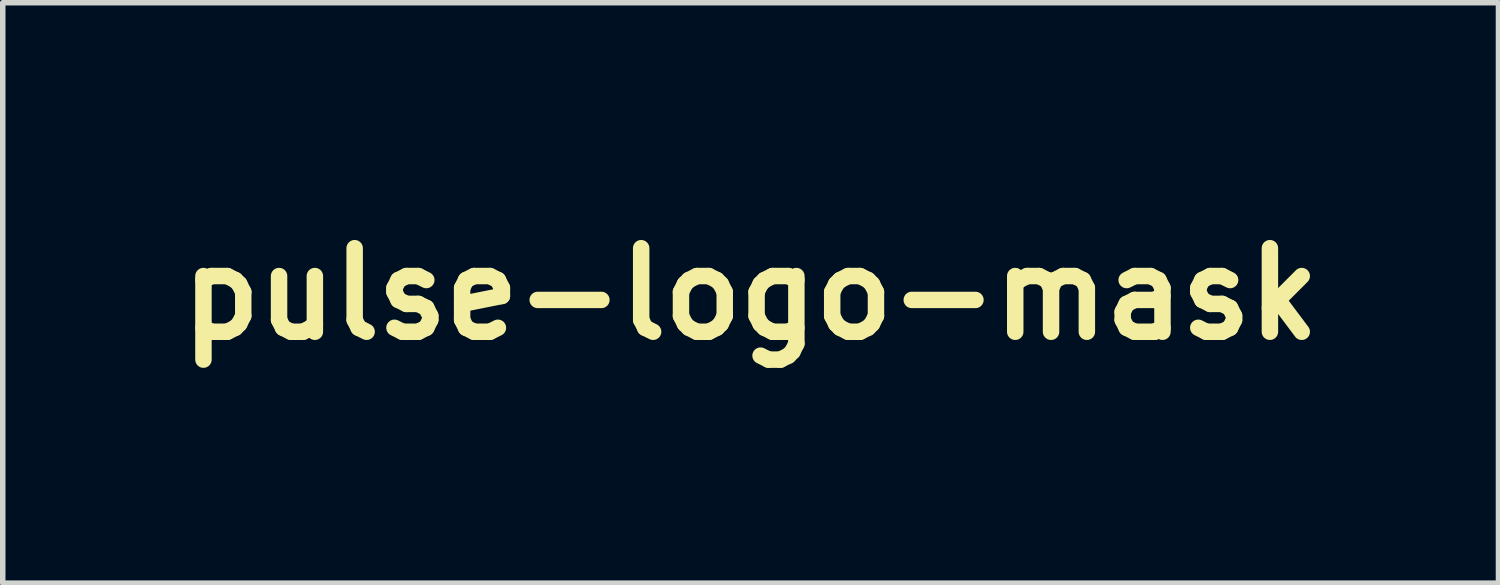
<source format=kicad_pcb>
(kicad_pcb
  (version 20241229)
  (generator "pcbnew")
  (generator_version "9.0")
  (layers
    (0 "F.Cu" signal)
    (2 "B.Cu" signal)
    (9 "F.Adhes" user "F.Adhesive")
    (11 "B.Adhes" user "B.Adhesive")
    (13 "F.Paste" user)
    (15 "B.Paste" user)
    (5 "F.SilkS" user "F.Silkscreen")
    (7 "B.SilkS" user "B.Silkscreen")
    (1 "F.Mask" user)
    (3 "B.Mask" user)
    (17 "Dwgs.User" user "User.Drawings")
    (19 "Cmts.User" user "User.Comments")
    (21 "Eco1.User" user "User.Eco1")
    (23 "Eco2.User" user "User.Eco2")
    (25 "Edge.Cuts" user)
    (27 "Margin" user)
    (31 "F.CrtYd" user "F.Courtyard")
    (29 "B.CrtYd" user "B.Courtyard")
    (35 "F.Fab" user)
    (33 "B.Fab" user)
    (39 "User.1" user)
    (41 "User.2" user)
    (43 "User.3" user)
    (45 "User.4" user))
  (footprint "pulse-logo-mask"
    (layer "F.Cu")
    (at 10.639 2.311)
    (property "Reference" "pulse-logo-mask" (at 0 0 0) (layer "F.SilkS") (effects (font (size 1.524 1.524) (thickness 0.3))))
    (attr through_hole)
    (fp_poly (pts (xy 5.026 -0.034) (xy 5.012 0.068) (xy 0 0.091) (xy 0 -0.136) (xy 5.041 -0.136) (xy 5.026 -0.034)) (stroke (width 0.01) (type solid)) (fill yes) (layer "F.Mask"))
    (fp_poly (pts (xy 0.33 -1.755) (xy 0.366 -1.745) (xy 0.352 -1.738) (xy 0.319 -1.72) (xy 0.296 -1.678) (xy 0.282 -1.595) (xy 0.275 -1.459) (xy 0.272 -1.253) (xy 0.272 -1.134) (xy 0.273 -0.892) (xy 0.278 -0.726) (xy 0.289 -0.621) (xy 0.307 -0.563) (xy 0.335 -0.536) (xy 0.352 -0.53) (xy 0.36 -0.518) (xy 0.293 -0.511) (xy 0.227 -0.509) (xy 0.124 -0.513) (xy 0.087 -0.523) (xy 0.102 -0.53) (xy 0.135 -0.548) (xy 0.157 -0.59) (xy 0.171 -0.672) (xy 0.179 -0.809) (xy 0.181 -1.015) (xy 0.181 -1.134) (xy 0.18 -1.376) (xy 0.175 -1.542) (xy 0.165 -1.646) (xy 0.146 -1.705) (xy 0.118 -1.732) (xy 0.102 -1.738) (xy 0.094 -1.75) (xy 0.161 -1.757) (xy 0.227 -1.758) (xy 0.33 -1.755)) (stroke (width 0.01) (type solid)) (fill yes) (layer "F.Mask"))
    (fp_poly (pts (xy 2.086 -1.759) (xy 2.198 -1.754) (xy 2.24 -1.746) (xy 2.211 -1.736) (xy 2.086 -1.718) (xy 2.086 -0.544) (xy 2.401 -0.544) (xy 2.566 -0.546) (xy 2.662 -0.556) (xy 2.709 -0.583) (xy 2.729 -0.634) (xy 2.734 -0.669) (xy 2.747 -0.745) (xy 2.754 -0.739) (xy 2.76 -0.646) (xy 2.767 -0.499) (xy 2.302 -0.505) (xy 2.122 -0.509) (xy 1.994 -0.516) (xy 1.932 -0.524) (xy 1.939 -0.531) (xy 1.981 -0.543) (xy 2.01 -0.57) (xy 2.028 -0.626) (xy 2.037 -0.729) (xy 2.04 -0.892) (xy 2.041 -1.116) (xy 2.04 -1.351) (xy 2.036 -1.512) (xy 2.026 -1.613) (xy 2.007 -1.672) (xy 1.977 -1.704) (xy 1.939 -1.722) (xy 1.9 -1.745) (xy 1.934 -1.757) (xy 2.049 -1.76) (xy 2.086 -1.759)) (stroke (width 0.01) (type solid)) (fill yes) (layer "F.Mask"))
    (fp_poly (pts (xy 2.883 0.469) (xy 2.933 0.477) (xy 2.914 0.486) (xy 2.873 0.497) (xy 2.844 0.523) (xy 2.826 0.578) (xy 2.817 0.678) (xy 2.813 0.837) (xy 2.812 1.07) (xy 2.812 1.094) (xy 2.812 1.682) (xy 3.118 1.669) (xy 3.281 1.66) (xy 3.375 1.644) (xy 3.422 1.611) (xy 3.445 1.552) (xy 3.453 1.519) (xy 3.472 1.437) (xy 3.481 1.433) (xy 3.486 1.514) (xy 3.487 1.553) (xy 3.493 1.724) (xy 3.005 1.717) (xy 2.819 1.713) (xy 2.685 1.707) (xy 2.615 1.699) (xy 2.619 1.692) (xy 2.661 1.68) (xy 2.69 1.654) (xy 2.707 1.598) (xy 2.717 1.498) (xy 2.721 1.338) (xy 2.721 1.103) (xy 2.721 1.089) (xy 2.721 0.849) (xy 2.717 0.686) (xy 2.708 0.583) (xy 2.691 0.525) (xy 2.663 0.498) (xy 2.622 0.486) (xy 2.619 0.486) (xy 2.603 0.475) (xy 2.665 0.468) (xy 2.767 0.466) (xy 2.883 0.469)) (stroke (width 0.01) (type solid)) (fill yes) (layer "F.Mask"))
    (fp_poly (pts (xy 5.715 0.59) (xy 5.702 0.685) (xy 5.67 0.726) (xy 5.67 0.726) (xy 5.636 0.687) (xy 5.624 0.612) (xy 5.619 0.551) (xy 5.59 0.517) (xy 5.516 0.503) (xy 5.378 0.499) (xy 5.329 0.499) (xy 5.035 0.499) (xy 5.035 1.043) (xy 5.258 1.043) (xy 5.401 1.036) (xy 5.476 1.008) (xy 5.502 0.964) (xy 5.515 0.956) (xy 5.523 1.023) (xy 5.525 1.089) (xy 5.524 1.204) (xy 5.513 1.238) (xy 5.49 1.199) (xy 5.487 1.191) (xy 5.444 1.125) (xy 5.368 1.095) (xy 5.24 1.089) (xy 5.035 1.089) (xy 5.035 1.678) (xy 5.664 1.678) (xy 5.682 1.531) (xy 5.694 1.44) (xy 5.701 1.432) (xy 5.706 1.509) (xy 5.708 1.553) (xy 5.715 1.724) (xy 5.227 1.717) (xy 5.042 1.713) (xy 4.908 1.707) (xy 4.838 1.699) (xy 4.842 1.692) (xy 4.884 1.68) (xy 4.912 1.654) (xy 4.93 1.598) (xy 4.939 1.498) (xy 4.943 1.338) (xy 4.944 1.103) (xy 4.944 1.089) (xy 4.943 0.849) (xy 4.94 0.686) (xy 4.931 0.583) (xy 4.913 0.525) (xy 4.886 0.498) (xy 4.844 0.486) (xy 4.842 0.486) (xy 4.842 0.477) (xy 4.919 0.47) (xy 5.059 0.463) (xy 5.227 0.46) (xy 5.715 0.454) (xy 5.715 0.59)) (stroke (width 0.01) (type solid)) (fill yes) (layer "F.Mask"))
    (fp_poly (pts (xy 0.7 0.467) (xy 0.783 0.488) (xy 0.846 0.527) (xy 0.887 0.565) (xy 0.98 0.717) (xy 0.997 0.888) (xy 0.937 1.052) (xy 0.887 1.113) (xy 0.806 1.178) (xy 0.711 1.212) (xy 0.569 1.224) (xy 0.501 1.225) (xy 0.227 1.225) (xy 0.227 1.448) (xy 0.232 1.584) (xy 0.255 1.655) (xy 0.305 1.686) (xy 0.329 1.692) (xy 0.347 1.702) (xy 0.288 1.709) (xy 0.204 1.711) (xy 0.097 1.708) (xy 0.058 1.7) (xy 0.079 1.692) (xy 0.121 1.68) (xy 0.15 1.654) (xy 0.167 1.598) (xy 0.177 1.498) (xy 0.181 1.338) (xy 0.181 1.103) (xy 0.181 1.089) (xy 0.181 0.849) (xy 0.18 0.809) (xy 0.227 0.809) (xy 0.231 0.969) (xy 0.242 1.091) (xy 0.257 1.149) (xy 0.257 1.149) (xy 0.317 1.167) (xy 0.434 1.178) (xy 0.509 1.179) (xy 0.668 1.167) (xy 0.777 1.122) (xy 0.841 1.068) (xy 0.933 0.935) (xy 0.944 0.789) (xy 0.902 0.664) (xy 0.842 0.579) (xy 0.747 0.528) (xy 0.594 0.504) (xy 0.442 0.5) (xy 0.227 0.499) (xy 0.227 0.809) (xy 0.18 0.809) (xy 0.177 0.686) (xy 0.168 0.583) (xy 0.151 0.525) (xy 0.123 0.498) (xy 0.082 0.486) (xy 0.079 0.486) (xy 0.075 0.476) (xy 0.147 0.468) (xy 0.282 0.462) (xy 0.376 0.46) (xy 0.572 0.459) (xy 0.7 0.467)) (stroke (width 0.01) (type solid)) (fill yes) (layer "F.Mask"))
    (fp_poly (pts (xy -3.393 -2.305) (xy -3.025 -2.302) (xy -1.209 -2.291) (xy -0.811 -1.202) (xy -0.702 -0.902) (xy -0.605 -0.626) (xy -0.523 -0.387) (xy -0.46 -0.197) (xy -0.422 -0.07) (xy -0.411 -0.021) (xy -0.425 0.046) (xy -0.467 0.185) (xy -0.533 0.383) (xy -0.618 0.629) (xy -0.718 0.91) (xy -0.809 1.158) (xy -1.209 2.245) (xy -3.055 2.257) (xy -4.9 2.269) (xy -4.942 2.161) (xy -4.975 2.071) (xy -5.028 1.921) (xy -5.093 1.738) (xy -5.124 1.65) (xy -5.195 1.452) (xy -5.286 1.199) (xy -5.387 0.923) (xy -5.486 0.654) (xy -5.498 0.622) (xy -5.731 -0.003) (xy -5.724 -0.023) (xy -5.624 -0.023) (xy -5.289 0.907) (xy -5.187 1.192) (xy -5.091 1.457) (xy -5.008 1.688) (xy -4.943 1.87) (xy -4.902 1.986) (xy -4.895 2.007) (xy -4.835 2.177) (xy -1.282 2.177) (xy -0.886 1.081) (xy -0.49 -0.016) (xy -1.289 -2.224) (xy -3.059 -2.212) (xy -4.828 -2.2) (xy -5.624 -0.023) (xy -5.724 -0.023) (xy -5.613 -0.33) (xy -5.558 -0.485) (xy -5.48 -0.702) (xy -5.387 -0.96) (xy -5.288 -1.236) (xy -5.22 -1.424) (xy -5.128 -1.675) (xy -5.043 -1.898) (xy -4.972 -2.079) (xy -4.919 -2.203) (xy -4.893 -2.252) (xy -4.866 -2.268) (xy -4.808 -2.281) (xy -4.713 -2.291) (xy -4.572 -2.298) (xy -4.377 -2.303) (xy -4.121 -2.305) (xy -3.795 -2.306) (xy -3.393 -2.305)) (stroke (width 0.01) (type solid)) (fill yes) (layer "F.Mask"))
    (fp_poly (pts (xy 4.213 0.473) (xy 4.353 0.521) (xy 4.444 0.562) (xy 4.486 0.556) (xy 4.505 0.51) (xy 4.516 0.504) (xy 4.523 0.574) (xy 4.524 0.658) (xy 4.521 0.765) (xy 4.512 0.805) (xy 4.504 0.783) (xy 4.443 0.654) (xy 4.33 0.564) (xy 4.187 0.512) (xy 4.034 0.501) (xy 3.892 0.53) (xy 3.781 0.6) (xy 3.723 0.713) (xy 3.719 0.758) (xy 3.738 0.843) (xy 3.802 0.912) (xy 3.927 0.975) (xy 4.128 1.043) (xy 4.13 1.044) (xy 4.291 1.101) (xy 4.427 1.162) (xy 4.495 1.206) (xy 4.566 1.326) (xy 4.572 1.471) (xy 4.513 1.607) (xy 4.49 1.633) (xy 4.379 1.693) (xy 4.216 1.723) (xy 4.04 1.721) (xy 3.884 1.687) (xy 3.823 1.655) (xy 3.75 1.612) (xy 3.717 1.629) (xy 3.705 1.667) (xy 3.693 1.675) (xy 3.686 1.608) (xy 3.685 1.542) (xy 3.689 1.442) (xy 3.698 1.412) (xy 3.705 1.432) (xy 3.765 1.544) (xy 3.881 1.622) (xy 4.03 1.664) (xy 4.191 1.671) (xy 4.342 1.643) (xy 4.462 1.579) (xy 4.529 1.481) (xy 4.536 1.429) (xy 4.511 1.318) (xy 4.428 1.229) (xy 4.276 1.155) (xy 4.139 1.111) (xy 3.924 1.041) (xy 3.784 0.973) (xy 3.706 0.896) (xy 3.676 0.798) (xy 3.674 0.754) (xy 3.701 0.615) (xy 3.757 0.529) (xy 3.873 0.474) (xy 4.037 0.455) (xy 4.213 0.473)) (stroke (width 0.01) (type solid)) (fill yes) (layer "F.Mask"))
    (fp_poly (pts (xy 1.315 0.462) (xy 1.418 0.467) (xy 1.455 0.477) (xy 1.44 0.485) (xy 1.404 0.505) (xy 1.381 0.553) (xy 1.368 0.645) (xy 1.362 0.798) (xy 1.361 0.981) (xy 1.362 1.196) (xy 1.369 1.341) (xy 1.385 1.435) (xy 1.415 1.5) (xy 1.462 1.556) (xy 1.472 1.567) (xy 1.595 1.651) (xy 1.754 1.678) (xy 1.769 1.678) (xy 1.933 1.655) (xy 2.057 1.576) (xy 2.066 1.567) (xy 2.116 1.511) (xy 2.148 1.449) (xy 2.167 1.361) (xy 2.175 1.226) (xy 2.177 1.025) (xy 2.177 0.981) (xy 2.175 0.765) (xy 2.168 0.624) (xy 2.154 0.541) (xy 2.128 0.499) (xy 2.098 0.485) (xy 2.09 0.472) (xy 2.157 0.464) (xy 2.223 0.462) (xy 2.338 0.463) (xy 2.372 0.474) (xy 2.333 0.497) (xy 2.325 0.5) (xy 2.279 0.524) (xy 2.249 0.563) (xy 2.232 0.635) (xy 2.225 0.758) (xy 2.223 0.949) (xy 2.223 1.011) (xy 2.221 1.223) (xy 2.215 1.365) (xy 2.199 1.457) (xy 2.168 1.522) (xy 2.119 1.578) (xy 2.095 1.602) (xy 1.933 1.701) (xy 1.746 1.731) (xy 1.563 1.691) (xy 1.435 1.604) (xy 1.381 1.545) (xy 1.346 1.484) (xy 1.327 1.4) (xy 1.318 1.272) (xy 1.315 1.08) (xy 1.315 1.013) (xy 1.314 0.801) (xy 1.308 0.662) (xy 1.294 0.578) (xy 1.268 0.532) (xy 1.227 0.506) (xy 1.213 0.5) (xy 1.167 0.476) (xy 1.192 0.464) (xy 1.298 0.462) (xy 1.315 0.462)) (stroke (width 0.01) (type solid)) (fill yes) (layer "F.Mask"))
    (fp_poly (pts (xy 1.221 -1.757) (xy 1.399 -1.724) (xy 1.511 -1.658) (xy 1.57 -1.551) (xy 1.587 -1.402) (xy 1.554 -1.24) (xy 1.462 -1.13) (xy 1.326 -1.089) (xy 1.323 -1.089) (xy 1.245 -1.078) (xy 1.225 -1.062) (xy 1.253 -0.993) (xy 1.326 -0.883) (xy 1.423 -0.758) (xy 1.524 -0.641) (xy 1.611 -0.557) (xy 1.656 -0.53) (xy 1.668 -0.52) (xy 1.604 -0.513) (xy 1.519 -0.511) (xy 1.412 -0.515) (xy 1.373 -0.523) (xy 1.394 -0.531) (xy 1.444 -0.545) (xy 1.458 -0.573) (xy 1.432 -0.633) (xy 1.362 -0.74) (xy 1.306 -0.82) (xy 1.196 -0.966) (xy 1.112 -1.049) (xy 1.037 -1.084) (xy 0.989 -1.089) (xy 0.918 -1.084) (xy 0.88 -1.057) (xy 0.865 -0.985) (xy 0.862 -0.846) (xy 0.862 -0.82) (xy 0.867 -0.663) (xy 0.886 -0.575) (xy 0.925 -0.536) (xy 0.941 -0.53) (xy 0.947 -0.519) (xy 0.878 -0.512) (xy 0.794 -0.51) (xy 0.686 -0.514) (xy 0.647 -0.523) (xy 0.669 -0.531) (xy 0.711 -0.543) (xy 0.739 -0.569) (xy 0.757 -0.624) (xy 0.767 -0.725) (xy 0.77 -0.884) (xy 0.771 -1.119) (xy 0.771 -1.134) (xy 0.771 -1.134) (xy 0.862 -1.134) (xy 1.119 -1.134) (xy 1.319 -1.149) (xy 1.444 -1.197) (xy 1.459 -1.209) (xy 1.528 -1.326) (xy 1.535 -1.472) (xy 1.48 -1.609) (xy 1.48 -1.61) (xy 1.408 -1.665) (xy 1.28 -1.699) (xy 1.14 -1.714) (xy 0.862 -1.734) (xy 0.862 -1.134) (xy 0.771 -1.134) (xy 0.77 -1.376) (xy 0.765 -1.542) (xy 0.754 -1.646) (xy 0.736 -1.705) (xy 0.708 -1.732) (xy 0.692 -1.738) (xy 0.695 -1.748) (xy 0.774 -1.757) (xy 0.911 -1.763) (xy 0.967 -1.764) (xy 1.221 -1.757)) (stroke (width 0.01) (type solid)) (fill yes) (layer "F.Mask"))
    (fp_poly (pts (xy -2.844 -1.834) (xy -2.686 -1.823) (xy -2.559 -1.797) (xy -2.431 -1.751) (xy -2.303 -1.693) (xy -1.946 -1.478) (xy -1.65 -1.204) (xy -1.425 -0.881) (xy -1.394 -0.82) (xy -1.329 -0.682) (xy -1.286 -0.567) (xy -1.262 -0.449) (xy -1.251 -0.301) (xy -1.247 -0.097) (xy -1.247 -0.023) (xy -1.249 0.207) (xy -1.259 0.372) (xy -1.28 0.501) (xy -1.317 0.619) (xy -1.375 0.753) (xy -1.377 0.758) (xy -1.54 1.027) (xy -1.767 1.285) (xy -2.032 1.508) (xy -2.3 1.667) (xy -2.453 1.729) (xy -2.603 1.768) (xy -2.781 1.79) (xy -2.994 1.801) (xy -3.283 1.799) (xy -3.511 1.776) (xy -3.616 1.751) (xy -3.941 1.604) (xy -4.244 1.389) (xy -4.505 1.125) (xy -4.705 0.83) (xy -4.769 0.692) (xy -4.822 0.539) (xy -4.854 0.383) (xy -4.87 0.195) (xy -4.875 -0.025) (xy -4.874 -0.183) (xy -4.794 -0.183) (xy -4.788 0.187) (xy -4.705 0.55) (xy -4.55 0.887) (xy -4.369 1.133) (xy -4.09 1.395) (xy -3.79 1.575) (xy -3.456 1.678) (xy -3.074 1.712) (xy -2.994 1.711) (xy -2.765 1.697) (xy -2.588 1.667) (xy -2.424 1.612) (xy -2.336 1.573) (xy -2.039 1.393) (xy -1.769 1.149) (xy -1.552 0.867) (xy -1.466 0.708) (xy -1.405 0.566) (xy -1.367 0.441) (xy -1.347 0.303) (xy -1.34 0.122) (xy -1.339 -0.023) (xy -1.342 -0.24) (xy -1.353 -0.396) (xy -1.379 -0.522) (xy -1.425 -0.647) (xy -1.486 -0.776) (xy -1.688 -1.098) (xy -1.958 -1.364) (xy -2.3 -1.578) (xy -2.35 -1.602) (xy -2.511 -1.674) (xy -2.646 -1.717) (xy -2.789 -1.738) (xy -2.975 -1.745) (xy -3.062 -1.745) (xy -3.279 -1.741) (xy -3.439 -1.724) (xy -3.576 -1.688) (xy -3.723 -1.627) (xy -3.735 -1.622) (xy -4.08 -1.426) (xy -4.351 -1.192) (xy -4.558 -0.907) (xy -4.713 -0.556) (xy -4.719 -0.541) (xy -4.794 -0.183) (xy -4.874 -0.183) (xy -4.873 -0.238) (xy -4.864 -0.392) (xy -4.839 -0.515) (xy -4.794 -0.64) (xy -4.72 -0.795) (xy -4.705 -0.827) (xy -4.51 -1.148) (xy -4.268 -1.406) (xy -3.963 -1.617) (xy -3.81 -1.696) (xy -3.664 -1.762) (xy -3.54 -1.804) (xy -3.41 -1.826) (xy -3.243 -1.835) (xy -3.062 -1.837) (xy -2.844 -1.834)) (stroke (width 0.01) (type solid)) (fill yes) (layer "F.Mask")))
  (gr_rect
    (start -3 -3)
    (end 24.278 7.585)
    (stroke (width 0.1) (type default))
    (fill no)
    (layer "Edge.Cuts")))
</source>
